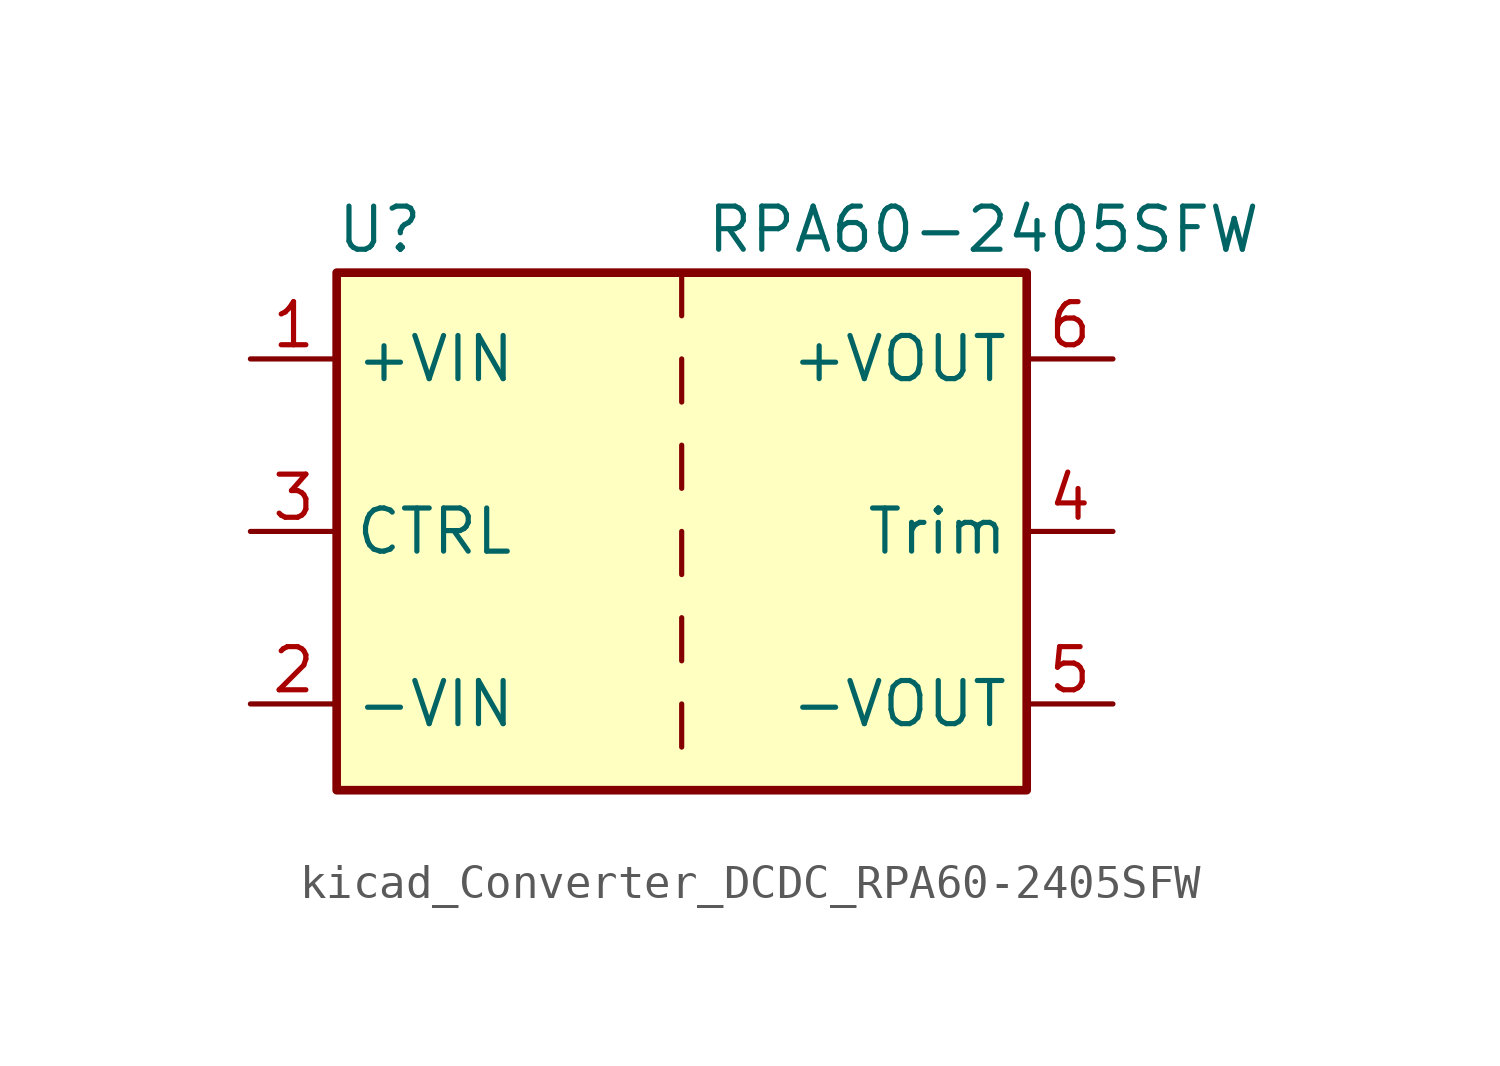
<source format=kicad_sym>
(kicad_symbol_lib
  (version 20220914)
  (generator kicad_symbol_editor)
  (symbol "kicad_Converter_DCDC_RPA60-2405SFW"
    (property "Reference" "U"
      (at -8.89 8.89 0)
      (effects (font (size 1.27 1.27))))
    (property "Value" "RPA60-2405SFW"
      (at 8.89 8.89 0)
      (effects (font (size 1.27 1.27))))
    (symbol "kicad_Converter_DCDC_RPA60-2405SFW_0_1"
      (rectangle (start -10.16 7.62) (end 10.16 -7.62) (stroke (width 0.254) (type default)) (fill (type background)))
      (polyline (pts (xy 0 -5.08) (xy 0 -6.35)) (stroke (width 0) (type default)) (fill (type none)))
      (polyline (pts (xy 0 -2.54) (xy 0 -3.81)) (stroke (width 0) (type default)) (fill (type none)))
      (polyline (pts (xy 0 0) (xy 0 -1.27)) (stroke (width 0) (type default)) (fill (type none)))
      (polyline (pts (xy 0 2.54) (xy 0 1.27)) (stroke (width 0) (type default)) (fill (type none)))
      (polyline (pts (xy 0 5.08) (xy 0 3.81)) (stroke (width 0) (type default)) (fill (type none)))
      (polyline (pts (xy 0 7.62) (xy 0 6.35)) (stroke (width 0) (type default)) (fill (type none))))
    (symbol "kicad_Converter_DCDC_RPA60-2405SFW_1_1"
      (pin power_in line (at -12.7 5.08 0) (length 2.54) (name "+VIN" (effects (font (size 1.27 1.27)))) (number "1" (effects (font (size 1.27 1.27)))))
      (pin power_in line (at -12.7 -5.08 0) (length 2.54) (name "-VIN" (effects (font (size 1.27 1.27)))) (number "2" (effects (font (size 1.27 1.27)))))
      (pin input line (at -12.7 0 0) (length 2.54) (name "CTRL" (effects (font (size 1.27 1.27)))) (number "3" (effects (font (size 1.27 1.27)))))
      (pin input line (at 12.7 0 180) (length 2.54) (name "Trim" (effects (font (size 1.27 1.27)))) (number "4" (effects (font (size 1.27 1.27)))))
      (pin power_out line (at 12.7 -5.08 180) (length 2.54) (name "-VOUT" (effects (font (size 1.27 1.27)))) (number "5" (effects (font (size 1.27 1.27)))))
      (pin power_out line (at 12.7 5.08 180) (length 2.54) (name "+VOUT" (effects (font (size 1.27 1.27)))) (number "6" (effects (font (size 1.27 1.27))))))))
</source>
